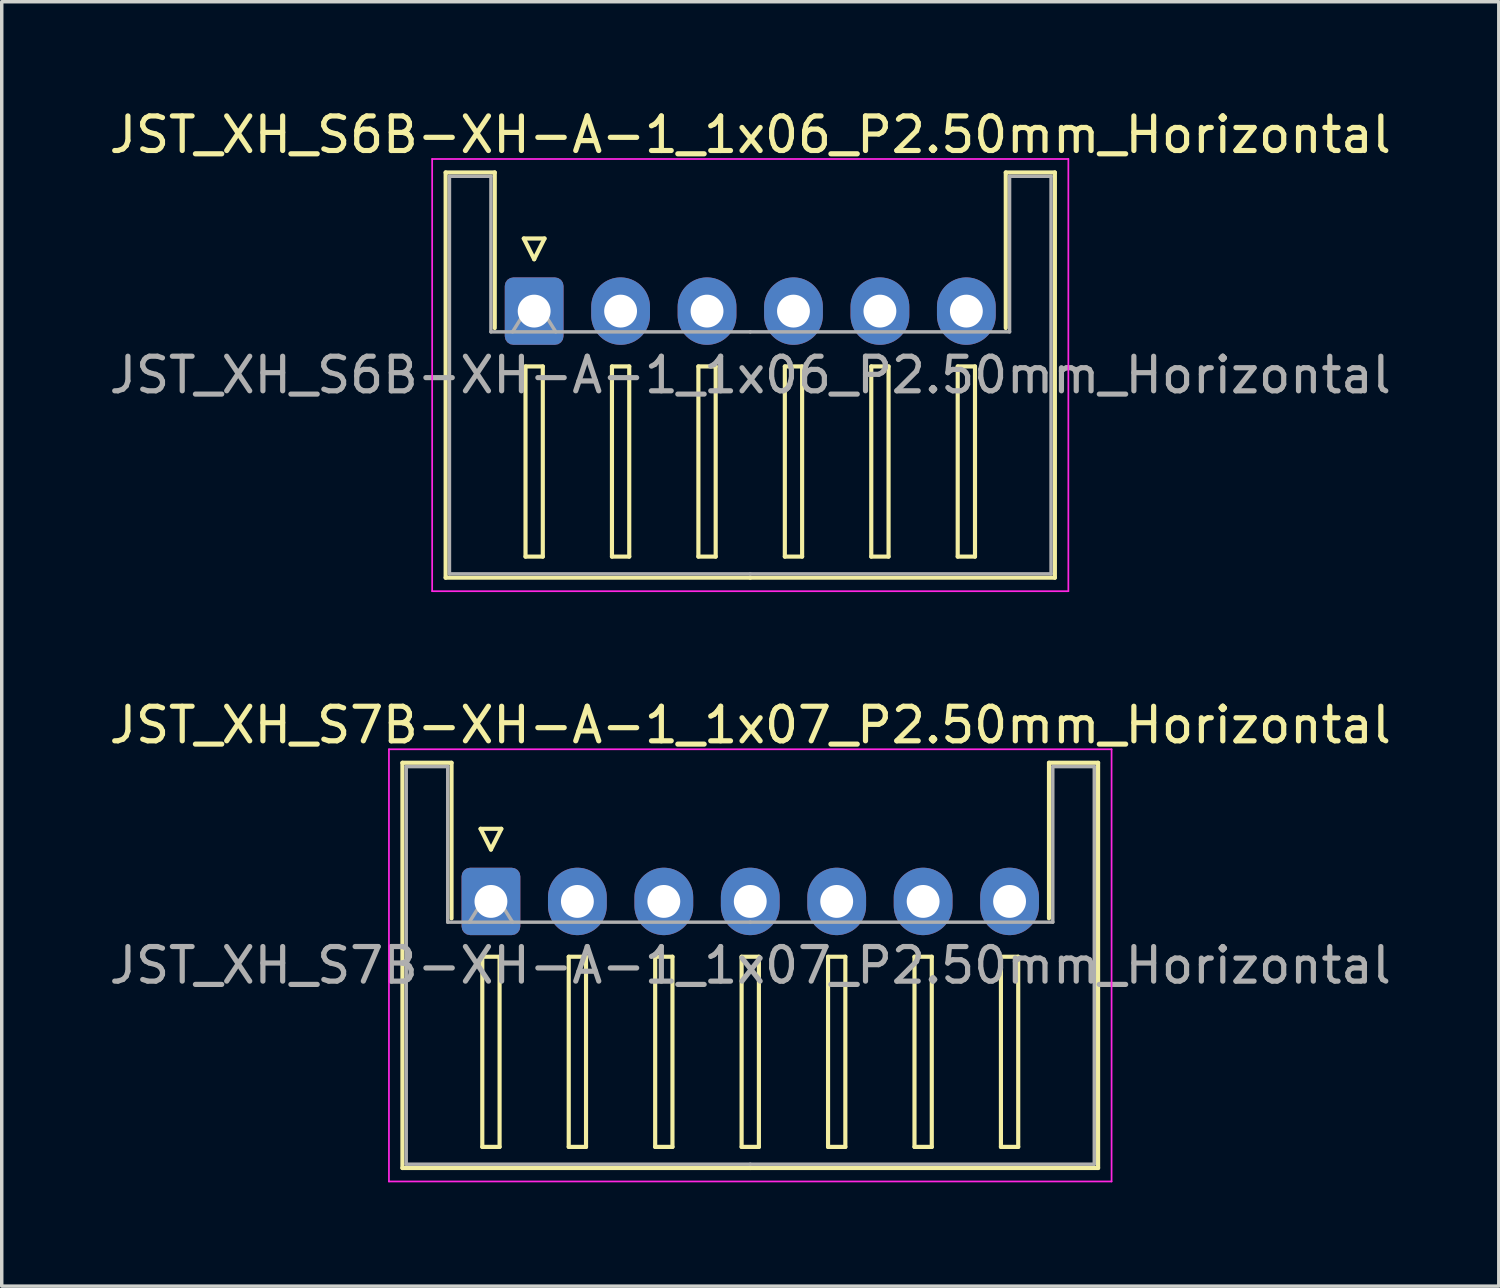
<source format=kicad_pcb>
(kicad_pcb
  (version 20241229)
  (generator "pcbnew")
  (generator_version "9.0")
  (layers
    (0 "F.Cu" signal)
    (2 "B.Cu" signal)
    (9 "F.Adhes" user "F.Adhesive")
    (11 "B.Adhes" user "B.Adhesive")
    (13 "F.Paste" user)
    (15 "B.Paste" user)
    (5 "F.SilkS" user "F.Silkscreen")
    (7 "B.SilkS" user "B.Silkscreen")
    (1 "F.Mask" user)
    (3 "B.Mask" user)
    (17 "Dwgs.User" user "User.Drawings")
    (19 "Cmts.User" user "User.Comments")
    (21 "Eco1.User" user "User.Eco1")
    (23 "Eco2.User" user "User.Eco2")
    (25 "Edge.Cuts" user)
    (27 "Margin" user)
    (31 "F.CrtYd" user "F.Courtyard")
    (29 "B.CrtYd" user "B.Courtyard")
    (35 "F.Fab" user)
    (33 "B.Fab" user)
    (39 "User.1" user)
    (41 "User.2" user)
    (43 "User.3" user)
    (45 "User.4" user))
  (footprint "JST_XH_S6B-XH-A-1_1x06_P2.50mm_Horizontal"
    (layer "F.Cu")
    (at 12.399 5.948)
    (property "Reference" "JST_XH_S6B-XH-A-1_1x06_P2.50mm_Horizontal" (at 6.25 -5.1 0) (layer "F.SilkS") (effects (font (size 1 1) (thickness 0.15))))
    (attr through_hole)
    (fp_line (start -2.56 -4.01) (end -1.14 -4.01) (stroke (width 0.12) (type solid)) (layer "F.SilkS"))
    (fp_line (start -2.56 7.71) (end -2.56 -4.01) (stroke (width 0.12) (type solid)) (layer "F.SilkS"))
    (fp_line (start -1.14 -4.01) (end -1.14 0.49) (stroke (width 0.12) (type solid)) (layer "F.SilkS"))
    (fp_line (start -0.3 -2.1) (end 0.3 -2.1) (stroke (width 0.12) (type solid)) (layer "F.SilkS"))
    (fp_line (start -0.25 1.6) (end -0.25 7.1) (stroke (width 0.12) (type solid)) (layer "F.SilkS"))
    (fp_line (start -0.25 7.1) (end 0.25 7.1) (stroke (width 0.12) (type solid)) (layer "F.SilkS"))
    (fp_line (start 0 -1.5) (end -0.3 -2.1) (stroke (width 0.12) (type solid)) (layer "F.SilkS"))
    (fp_line (start 0.25 1.6) (end -0.25 1.6) (stroke (width 0.12) (type solid)) (layer "F.SilkS"))
    (fp_line (start 0.25 7.1) (end 0.25 1.6) (stroke (width 0.12) (type solid)) (layer "F.SilkS"))
    (fp_line (start 0.3 -2.1) (end 0 -1.5) (stroke (width 0.12) (type solid)) (layer "F.SilkS"))
    (fp_line (start 2.25 1.6) (end 2.25 7.1) (stroke (width 0.12) (type solid)) (layer "F.SilkS"))
    (fp_line (start 2.25 7.1) (end 2.75 7.1) (stroke (width 0.12) (type solid)) (layer "F.SilkS"))
    (fp_line (start 2.75 1.6) (end 2.25 1.6) (stroke (width 0.12) (type solid)) (layer "F.SilkS"))
    (fp_line (start 2.75 7.1) (end 2.75 1.6) (stroke (width 0.12) (type solid)) (layer "F.SilkS"))
    (fp_line (start 4.75 1.6) (end 4.75 7.1) (stroke (width 0.12) (type solid)) (layer "F.SilkS"))
    (fp_line (start 4.75 7.1) (end 5.25 7.1) (stroke (width 0.12) (type solid)) (layer "F.SilkS"))
    (fp_line (start 5.25 1.6) (end 4.75 1.6) (stroke (width 0.12) (type solid)) (layer "F.SilkS"))
    (fp_line (start 5.25 7.1) (end 5.25 1.6) (stroke (width 0.12) (type solid)) (layer "F.SilkS"))
    (fp_line (start 6.25 7.71) (end -2.56 7.71) (stroke (width 0.12) (type solid)) (layer "F.SilkS"))
    (fp_line (start 6.25 7.71) (end 15.06 7.71) (stroke (width 0.12) (type solid)) (layer "F.SilkS"))
    (fp_line (start 7.25 1.6) (end 7.25 7.1) (stroke (width 0.12) (type solid)) (layer "F.SilkS"))
    (fp_line (start 7.25 7.1) (end 7.75 7.1) (stroke (width 0.12) (type solid)) (layer "F.SilkS"))
    (fp_line (start 7.75 1.6) (end 7.25 1.6) (stroke (width 0.12) (type solid)) (layer "F.SilkS"))
    (fp_line (start 7.75 7.1) (end 7.75 1.6) (stroke (width 0.12) (type solid)) (layer "F.SilkS"))
    (fp_line (start 9.75 1.6) (end 9.75 7.1) (stroke (width 0.12) (type solid)) (layer "F.SilkS"))
    (fp_line (start 9.75 7.1) (end 10.25 7.1) (stroke (width 0.12) (type solid)) (layer "F.SilkS"))
    (fp_line (start 10.25 1.6) (end 9.75 1.6) (stroke (width 0.12) (type solid)) (layer "F.SilkS"))
    (fp_line (start 10.25 7.1) (end 10.25 1.6) (stroke (width 0.12) (type solid)) (layer "F.SilkS"))
    (fp_line (start 12.25 1.6) (end 12.25 7.1) (stroke (width 0.12) (type solid)) (layer "F.SilkS"))
    (fp_line (start 12.25 7.1) (end 12.75 7.1) (stroke (width 0.12) (type solid)) (layer "F.SilkS"))
    (fp_line (start 12.75 1.6) (end 12.25 1.6) (stroke (width 0.12) (type solid)) (layer "F.SilkS"))
    (fp_line (start 12.75 7.1) (end 12.75 1.6) (stroke (width 0.12) (type solid)) (layer "F.SilkS"))
    (fp_line (start 13.64 -4.01) (end 13.64 0.49) (stroke (width 0.12) (type solid)) (layer "F.SilkS"))
    (fp_line (start 15.06 -4.01) (end 13.64 -4.01) (stroke (width 0.12) (type solid)) (layer "F.SilkS"))
    (fp_line (start 15.06 7.71) (end 15.06 -4.01) (stroke (width 0.12) (type solid)) (layer "F.SilkS"))
    (fp_line (start -2.95 -4.4) (end -2.95 8.1) (stroke (width 0.05) (type solid)) (layer "F.CrtYd"))
    (fp_line (start -2.95 8.1) (end 15.45 8.1) (stroke (width 0.05) (type solid)) (layer "F.CrtYd"))
    (fp_line (start 15.45 -4.4) (end -2.95 -4.4) (stroke (width 0.05) (type solid)) (layer "F.CrtYd"))
    (fp_line (start 15.45 8.1) (end 15.45 -4.4) (stroke (width 0.05) (type solid)) (layer "F.CrtYd"))
    (fp_line (start -2.45 -3.9) (end -1.25 -3.9) (stroke (width 0.1) (type solid)) (layer "F.Fab"))
    (fp_line (start -2.45 7.6) (end -2.45 -3.9) (stroke (width 0.1) (type solid)) (layer "F.Fab"))
    (fp_line (start -1.25 -3.9) (end -1.25 0.6) (stroke (width 0.1) (type solid)) (layer "F.Fab"))
    (fp_line (start -1.25 0.6) (end 6.25 0.6) (stroke (width 0.1) (type solid)) (layer "F.Fab"))
    (fp_line (start -0.625 0.6) (end 0 -0.4) (stroke (width 0.1) (type solid)) (layer "F.Fab"))
    (fp_line (start 0 -0.4) (end 0.625 0.6) (stroke (width 0.1) (type solid)) (layer "F.Fab"))
    (fp_line (start 6.25 7.6) (end -2.45 7.6) (stroke (width 0.1) (type solid)) (layer "F.Fab"))
    (fp_line (start 6.25 7.6) (end 14.95 7.6) (stroke (width 0.1) (type solid)) (layer "F.Fab"))
    (fp_line (start 13.75 -3.9) (end 13.75 0.6) (stroke (width 0.1) (type solid)) (layer "F.Fab"))
    (fp_line (start 13.75 0.6) (end 6.25 0.6) (stroke (width 0.1) (type solid)) (layer "F.Fab"))
    (fp_line (start 14.95 -3.9) (end 13.75 -3.9) (stroke (width 0.1) (type solid)) (layer "F.Fab"))
    (fp_line (start 14.95 7.6) (end 14.95 -3.9) (stroke (width 0.1) (type solid)) (layer "F.Fab"))
    (fp_text user "${REFERENCE}" (at 6.25 1.85 0) (layer "F.Fab") (effects (font (size 1 1) (thickness 0.15))))
    (pad "1" thru_hole roundrect (at 0 0) (size 1.7 1.95) (drill 0.95) (layers "*.Cu" "*.Mask") (roundrect_rratio 0.147))
    (pad "2" thru_hole oval (at 2.5 0) (size 1.7 1.95) (drill 0.95) (layers "*.Cu" "*.Mask"))
    (pad "3" thru_hole oval (at 5 0) (size 1.7 1.95) (drill 0.95) (layers "*.Cu" "*.Mask"))
    (pad "4" thru_hole oval (at 7.5 0) (size 1.7 1.95) (drill 0.95) (layers "*.Cu" "*.Mask"))
    (pad "5" thru_hole oval (at 10 0) (size 1.7 1.95) (drill 0.95) (layers "*.Cu" "*.Mask"))
    (pad "6" thru_hole oval (at 12.5 0) (size 1.7 1.95) (drill 0.95) (layers "*.Cu" "*.Mask")))
  (footprint "JST_XH_S7B-XH-A-1_1x07_P2.50mm_Horizontal"
    (layer "F.Cu")
    (at 11.149 23.021)
    (property "Reference" "JST_XH_S7B-XH-A-1_1x07_P2.50mm_Horizontal" (at 7.5 -5.1 0) (layer "F.SilkS") (effects (font (size 1 1) (thickness 0.15))))
    (attr through_hole)
    (fp_line (start -2.56 -4.01) (end -1.14 -4.01) (stroke (width 0.12) (type solid)) (layer "F.SilkS"))
    (fp_line (start -2.56 7.71) (end -2.56 -4.01) (stroke (width 0.12) (type solid)) (layer "F.SilkS"))
    (fp_line (start -1.14 -4.01) (end -1.14 0.49) (stroke (width 0.12) (type solid)) (layer "F.SilkS"))
    (fp_line (start -0.3 -2.1) (end 0.3 -2.1) (stroke (width 0.12) (type solid)) (layer "F.SilkS"))
    (fp_line (start -0.25 1.6) (end -0.25 7.1) (stroke (width 0.12) (type solid)) (layer "F.SilkS"))
    (fp_line (start -0.25 7.1) (end 0.25 7.1) (stroke (width 0.12) (type solid)) (layer "F.SilkS"))
    (fp_line (start 0 -1.5) (end -0.3 -2.1) (stroke (width 0.12) (type solid)) (layer "F.SilkS"))
    (fp_line (start 0.25 1.6) (end -0.25 1.6) (stroke (width 0.12) (type solid)) (layer "F.SilkS"))
    (fp_line (start 0.25 7.1) (end 0.25 1.6) (stroke (width 0.12) (type solid)) (layer "F.SilkS"))
    (fp_line (start 0.3 -2.1) (end 0 -1.5) (stroke (width 0.12) (type solid)) (layer "F.SilkS"))
    (fp_line (start 2.25 1.6) (end 2.25 7.1) (stroke (width 0.12) (type solid)) (layer "F.SilkS"))
    (fp_line (start 2.25 7.1) (end 2.75 7.1) (stroke (width 0.12) (type solid)) (layer "F.SilkS"))
    (fp_line (start 2.75 1.6) (end 2.25 1.6) (stroke (width 0.12) (type solid)) (layer "F.SilkS"))
    (fp_line (start 2.75 7.1) (end 2.75 1.6) (stroke (width 0.12) (type solid)) (layer "F.SilkS"))
    (fp_line (start 4.75 1.6) (end 4.75 7.1) (stroke (width 0.12) (type solid)) (layer "F.SilkS"))
    (fp_line (start 4.75 7.1) (end 5.25 7.1) (stroke (width 0.12) (type solid)) (layer "F.SilkS"))
    (fp_line (start 5.25 1.6) (end 4.75 1.6) (stroke (width 0.12) (type solid)) (layer "F.SilkS"))
    (fp_line (start 5.25 7.1) (end 5.25 1.6) (stroke (width 0.12) (type solid)) (layer "F.SilkS"))
    (fp_line (start 7.25 1.6) (end 7.25 7.1) (stroke (width 0.12) (type solid)) (layer "F.SilkS"))
    (fp_line (start 7.25 7.1) (end 7.75 7.1) (stroke (width 0.12) (type solid)) (layer "F.SilkS"))
    (fp_line (start 7.5 7.71) (end -2.56 7.71) (stroke (width 0.12) (type solid)) (layer "F.SilkS"))
    (fp_line (start 7.5 7.71) (end 17.56 7.71) (stroke (width 0.12) (type solid)) (layer "F.SilkS"))
    (fp_line (start 7.75 1.6) (end 7.25 1.6) (stroke (width 0.12) (type solid)) (layer "F.SilkS"))
    (fp_line (start 7.75 7.1) (end 7.75 1.6) (stroke (width 0.12) (type solid)) (layer "F.SilkS"))
    (fp_line (start 9.75 1.6) (end 9.75 7.1) (stroke (width 0.12) (type solid)) (layer "F.SilkS"))
    (fp_line (start 9.75 7.1) (end 10.25 7.1) (stroke (width 0.12) (type solid)) (layer "F.SilkS"))
    (fp_line (start 10.25 1.6) (end 9.75 1.6) (stroke (width 0.12) (type solid)) (layer "F.SilkS"))
    (fp_line (start 10.25 7.1) (end 10.25 1.6) (stroke (width 0.12) (type solid)) (layer "F.SilkS"))
    (fp_line (start 12.25 1.6) (end 12.25 7.1) (stroke (width 0.12) (type solid)) (layer "F.SilkS"))
    (fp_line (start 12.25 7.1) (end 12.75 7.1) (stroke (width 0.12) (type solid)) (layer "F.SilkS"))
    (fp_line (start 12.75 1.6) (end 12.25 1.6) (stroke (width 0.12) (type solid)) (layer "F.SilkS"))
    (fp_line (start 12.75 7.1) (end 12.75 1.6) (stroke (width 0.12) (type solid)) (layer "F.SilkS"))
    (fp_line (start 14.75 1.6) (end 14.75 7.1) (stroke (width 0.12) (type solid)) (layer "F.SilkS"))
    (fp_line (start 14.75 7.1) (end 15.25 7.1) (stroke (width 0.12) (type solid)) (layer "F.SilkS"))
    (fp_line (start 15.25 1.6) (end 14.75 1.6) (stroke (width 0.12) (type solid)) (layer "F.SilkS"))
    (fp_line (start 15.25 7.1) (end 15.25 1.6) (stroke (width 0.12) (type solid)) (layer "F.SilkS"))
    (fp_line (start 16.14 -4.01) (end 16.14 0.49) (stroke (width 0.12) (type solid)) (layer "F.SilkS"))
    (fp_line (start 17.56 -4.01) (end 16.14 -4.01) (stroke (width 0.12) (type solid)) (layer "F.SilkS"))
    (fp_line (start 17.56 7.71) (end 17.56 -4.01) (stroke (width 0.12) (type solid)) (layer "F.SilkS"))
    (fp_line (start -2.95 -4.4) (end -2.95 8.1) (stroke (width 0.05) (type solid)) (layer "F.CrtYd"))
    (fp_line (start -2.95 8.1) (end 17.95 8.1) (stroke (width 0.05) (type solid)) (layer "F.CrtYd"))
    (fp_line (start 17.95 -4.4) (end -2.95 -4.4) (stroke (width 0.05) (type solid)) (layer "F.CrtYd"))
    (fp_line (start 17.95 8.1) (end 17.95 -4.4) (stroke (width 0.05) (type solid)) (layer "F.CrtYd"))
    (fp_line (start -2.45 -3.9) (end -1.25 -3.9) (stroke (width 0.1) (type solid)) (layer "F.Fab"))
    (fp_line (start -2.45 7.6) (end -2.45 -3.9) (stroke (width 0.1) (type solid)) (layer "F.Fab"))
    (fp_line (start -1.25 -3.9) (end -1.25 0.6) (stroke (width 0.1) (type solid)) (layer "F.Fab"))
    (fp_line (start -1.25 0.6) (end 7.5 0.6) (stroke (width 0.1) (type solid)) (layer "F.Fab"))
    (fp_line (start -0.625 0.6) (end 0 -0.4) (stroke (width 0.1) (type solid)) (layer "F.Fab"))
    (fp_line (start 0 -0.4) (end 0.625 0.6) (stroke (width 0.1) (type solid)) (layer "F.Fab"))
    (fp_line (start 7.5 7.6) (end -2.45 7.6) (stroke (width 0.1) (type solid)) (layer "F.Fab"))
    (fp_line (start 7.5 7.6) (end 17.45 7.6) (stroke (width 0.1) (type solid)) (layer "F.Fab"))
    (fp_line (start 16.25 -3.9) (end 16.25 0.6) (stroke (width 0.1) (type solid)) (layer "F.Fab"))
    (fp_line (start 16.25 0.6) (end 7.5 0.6) (stroke (width 0.1) (type solid)) (layer "F.Fab"))
    (fp_line (start 17.45 -3.9) (end 16.25 -3.9) (stroke (width 0.1) (type solid)) (layer "F.Fab"))
    (fp_line (start 17.45 7.6) (end 17.45 -3.9) (stroke (width 0.1) (type solid)) (layer "F.Fab"))
    (fp_text user "${REFERENCE}" (at 7.5 1.85 0) (layer "F.Fab") (effects (font (size 1 1) (thickness 0.15))))
    (pad "1" thru_hole roundrect (at 0 0) (size 1.7 1.95) (drill 0.95) (layers "*.Cu" "*.Mask") (roundrect_rratio 0.147))
    (pad "2" thru_hole oval (at 2.5 0) (size 1.7 1.95) (drill 0.95) (layers "*.Cu" "*.Mask"))
    (pad "3" thru_hole oval (at 5 0) (size 1.7 1.95) (drill 0.95) (layers "*.Cu" "*.Mask"))
    (pad "4" thru_hole oval (at 7.5 0) (size 1.7 1.95) (drill 0.95) (layers "*.Cu" "*.Mask"))
    (pad "5" thru_hole oval (at 10 0) (size 1.7 1.95) (drill 0.95) (layers "*.Cu" "*.Mask"))
    (pad "6" thru_hole oval (at 12.5 0) (size 1.7 1.95) (drill 0.95) (layers "*.Cu" "*.Mask"))
    (pad "7" thru_hole oval (at 15 0) (size 1.7 1.95) (drill 0.95) (layers "*.Cu" "*.Mask")))
  (gr_rect
    (start -3 -3)
    (end 40.298 34.147)
    (stroke (width 0.1) (type default))
    (fill no)
    (layer "Edge.Cuts")))
</source>
